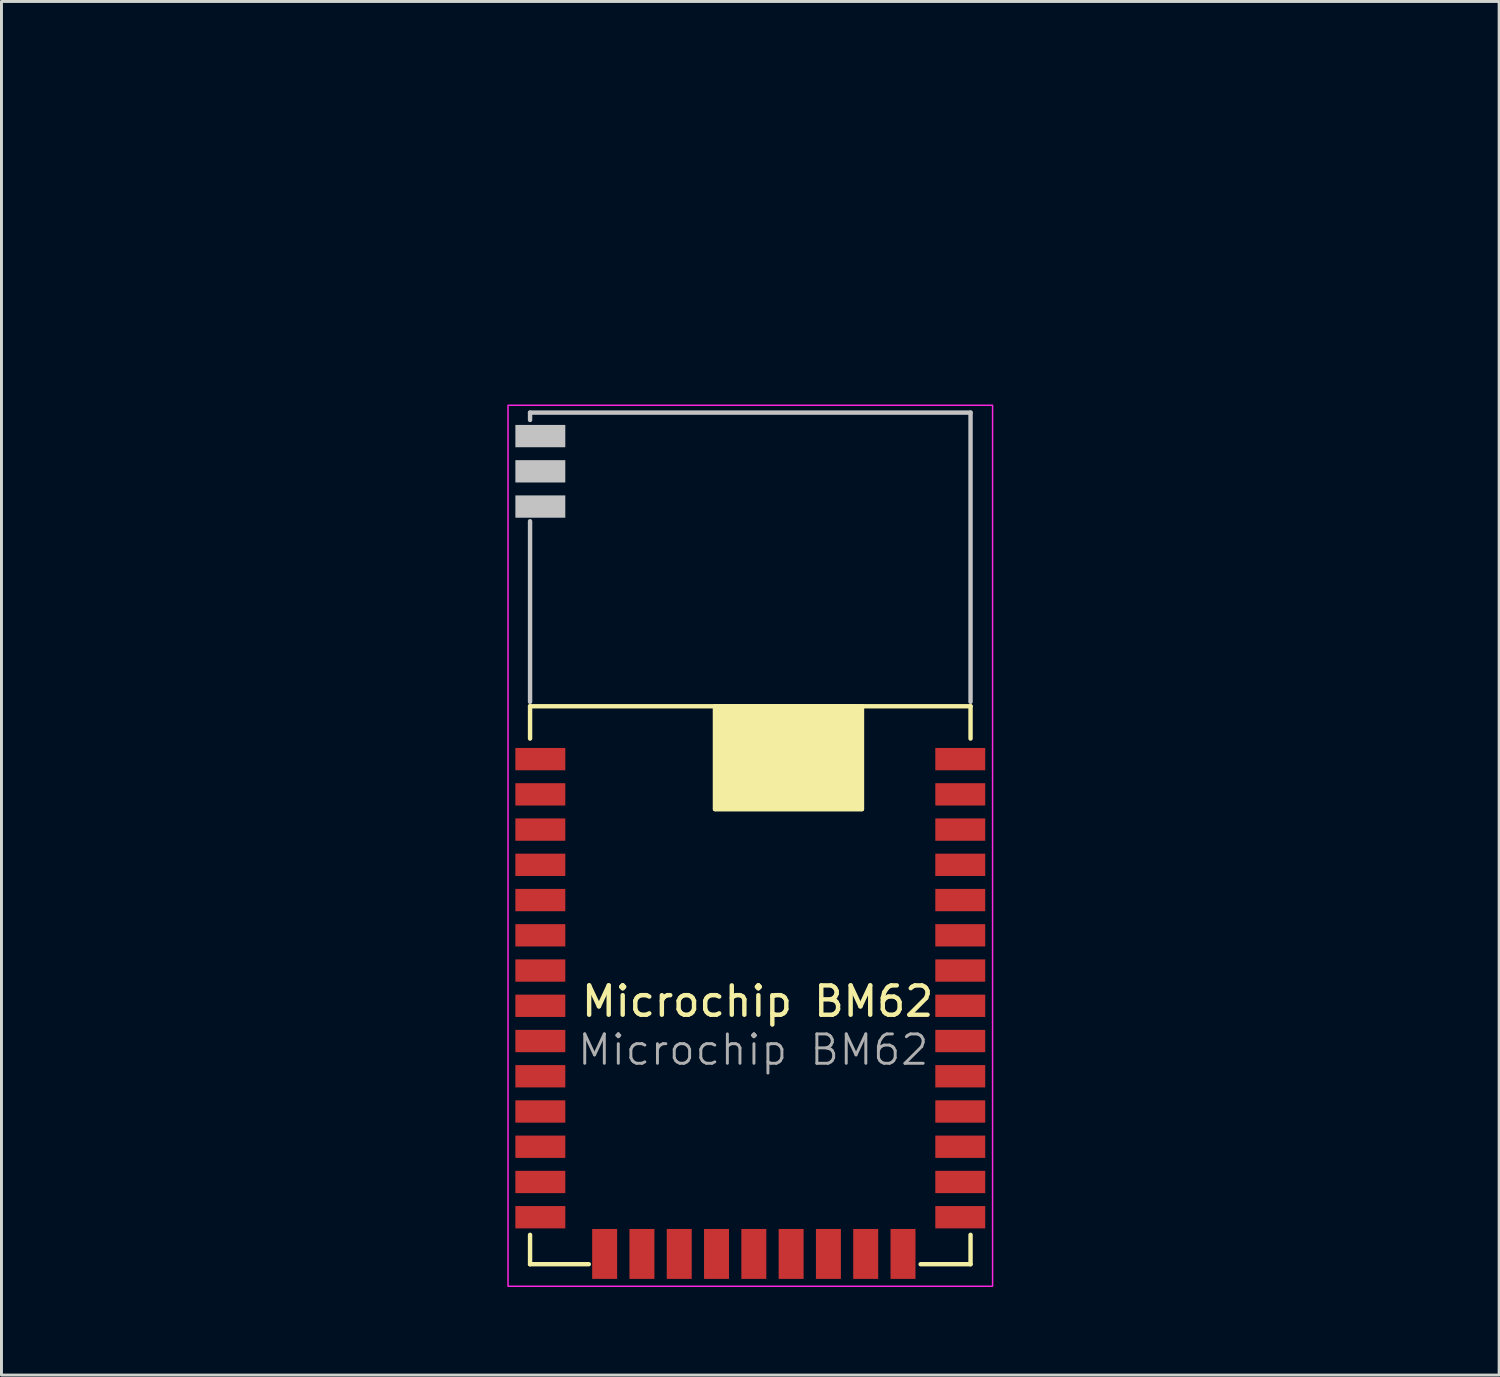
<source format=kicad_pcb>
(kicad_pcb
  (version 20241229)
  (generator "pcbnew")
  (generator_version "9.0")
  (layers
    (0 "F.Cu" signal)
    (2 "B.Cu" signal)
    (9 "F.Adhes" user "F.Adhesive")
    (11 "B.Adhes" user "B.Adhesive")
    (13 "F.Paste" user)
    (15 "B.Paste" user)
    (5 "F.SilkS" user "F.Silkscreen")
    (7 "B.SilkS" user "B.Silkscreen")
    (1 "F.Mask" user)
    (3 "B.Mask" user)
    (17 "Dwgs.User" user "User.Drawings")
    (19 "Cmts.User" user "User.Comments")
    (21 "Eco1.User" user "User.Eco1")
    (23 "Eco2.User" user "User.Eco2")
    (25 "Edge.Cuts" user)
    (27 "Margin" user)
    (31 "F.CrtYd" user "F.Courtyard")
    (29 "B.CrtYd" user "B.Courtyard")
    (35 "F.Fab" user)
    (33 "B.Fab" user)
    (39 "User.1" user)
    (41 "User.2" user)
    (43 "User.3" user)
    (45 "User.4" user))
  (footprint "Microchip BM62"
    (layer "F.Cu")
    (at 15 40)
    (property "Reference" "Microchip BM62" (at 7.75 -8.95 0) (layer "F.SilkS") (effects (font (size 1 1) (thickness 0.15))))
    (attr through_hole)
    (fp_line (start 0 -19) (end 0 -17.9) (stroke (width 0.15) (type solid)) (layer "F.SilkS"))
    (fp_line (start 0 -19) (end 15 -19) (stroke (width 0.15) (type solid)) (layer "F.SilkS"))
    (fp_line (start 0 -1) (end 0 0) (stroke (width 0.15) (type solid)) (layer "F.SilkS"))
    (fp_line (start 0 0) (end 2 0) (stroke (width 0.15) (type solid)) (layer "F.SilkS"))
    (fp_line (start 6.3 -19) (end 6.3 -15.5) (stroke (width 0.15) (type solid)) (layer "F.SilkS"))
    (fp_line (start 6.3 -15.5) (end 11.3 -15.5) (stroke (width 0.15) (type solid)) (layer "F.SilkS"))
    (fp_line (start 11.3 -15.5) (end 11.3 -19) (stroke (width 0.15) (type solid)) (layer "F.SilkS"))
    (fp_line (start 15 -19) (end 15 -17.9) (stroke (width 0.15) (type solid)) (layer "F.SilkS"))
    (fp_line (start 15 -1) (end 15 0) (stroke (width 0.15) (type solid)) (layer "F.SilkS"))
    (fp_line (start 15 0) (end 13.3 0) (stroke (width 0.15) (type solid)) (layer "F.SilkS"))
    (fp_poly (pts (xy 6.3 -19) (xy 11.3 -19) (xy 11.3 -15.5) (xy 6.3 -15.5)) (stroke (width 0.15) (type solid)) (fill yes) (layer "F.SilkS"))
    (fp_line (start 0 -29) (end 15 -29) (stroke (width 0.15) (type solid)) (layer "Dwgs.User"))
    (fp_line (start 0 -28.75) (end 0 -29) (stroke (width 0.15) (type solid)) (layer "Dwgs.User"))
    (fp_line (start 0 -19.15) (end 0 -25.3) (stroke (width 0.15) (type solid)) (layer "Dwgs.User"))
    (fp_line (start 15 -29) (end 15 -19.15) (stroke (width 0.15) (type solid)) (layer "Dwgs.User"))
    (fp_rect (start -0.75 0.75) (end 15.75 -29.25) (stroke (width 0.05) (type default)) (fill no) (layer "F.CrtYd"))
    (fp_text user "${REFERENCE}" (at 7.6 -7.3 0) (layer "F.Fab") (effects (font (size 1 1) (thickness 0.1))))
    (pad "" smd trapezoid (at 0.35 -28.2 90) (size 0.76 1.7) (layers "Dwgs.User"))
    (pad "" smd trapezoid (at 0.35 -27 90) (size 0.76 1.7) (layers "Dwgs.User"))
    (pad "" smd trapezoid (at 0.35 -25.8 90) (size 0.76 1.7) (layers "Dwgs.User"))
    (pad "1" smd trapezoid (at 0.35 -17.2 90) (size 0.76 1.7) (layers "F.Cu" "F.Mask" "F.Paste"))
    (pad "2" smd trapezoid (at 0.35 -16 90) (size 0.76 1.7) (layers "F.Cu" "F.Mask" "F.Paste"))
    (pad "3" smd trapezoid (at 0.35 -14.8 90) (size 0.76 1.7) (layers "F.Cu" "F.Mask" "F.Paste"))
    (pad "4" smd trapezoid (at 0.35 -13.6 90) (size 0.76 1.7) (layers "F.Cu" "F.Mask" "F.Paste"))
    (pad "5" smd trapezoid (at 0.35 -12.4 90) (size 0.76 1.7) (layers "F.Cu" "F.Mask" "F.Paste"))
    (pad "6" smd trapezoid (at 0.35 -11.2 90) (size 0.76 1.7) (layers "F.Cu" "F.Mask" "F.Paste"))
    (pad "7" smd trapezoid (at 0.35 -10 90) (size 0.76 1.7) (layers "F.Cu" "F.Mask" "F.Paste"))
    (pad "8" smd trapezoid (at 0.35 -8.8 90) (size 0.76 1.7) (layers "F.Cu" "F.Mask" "F.Paste"))
    (pad "9" smd trapezoid (at 0.35 -7.6 90) (size 0.76 1.7) (layers "F.Cu" "F.Mask" "F.Paste"))
    (pad "10" smd trapezoid (at 0.35 -6.4 90) (size 0.76 1.7) (layers "F.Cu" "F.Mask" "F.Paste"))
    (pad "11" smd trapezoid (at 0.35 -5.2 90) (size 0.76 1.7) (layers "F.Cu" "F.Mask" "F.Paste"))
    (pad "12" smd trapezoid (at 0.35 -4 90) (size 0.76 1.7) (layers "F.Cu" "F.Mask" "F.Paste"))
    (pad "13" smd trapezoid (at 0.35 -2.8 90) (size 0.76 1.7) (layers "F.Cu" "F.Mask" "F.Paste"))
    (pad "14" smd trapezoid (at 0.35 -1.6 90) (size 0.76 1.7) (layers "F.Cu" "F.Mask" "F.Paste"))
    (pad "15" smd trapezoid (at 2.54 -0.35) (size 0.85 1.7) (layers "F.Cu" "F.Mask" "F.Paste"))
    (pad "16" smd trapezoid (at 3.81 -0.35) (size 0.85 1.7) (layers "F.Cu" "F.Mask" "F.Paste"))
    (pad "17" smd trapezoid (at 5.08 -0.35) (size 0.85 1.7) (layers "F.Cu" "F.Mask" "F.Paste"))
    (pad "18" smd trapezoid (at 6.35 -0.35) (size 0.85 1.7) (layers "F.Cu" "F.Mask" "F.Paste"))
    (pad "19" smd trapezoid (at 7.62 -0.35) (size 0.85 1.7) (layers "F.Cu" "F.Mask" "F.Paste"))
    (pad "20" smd trapezoid (at 8.89 -0.35) (size 0.85 1.7) (layers "F.Cu" "F.Mask" "F.Paste"))
    (pad "21" smd trapezoid (at 10.16 -0.35) (size 0.85 1.7) (layers "F.Cu" "F.Mask" "F.Paste"))
    (pad "22" smd trapezoid (at 11.43 -0.35) (size 0.85 1.7) (layers "F.Cu" "F.Mask" "F.Paste"))
    (pad "23" smd trapezoid (at 12.7 -0.35) (size 0.85 1.7) (layers "F.Cu" "F.Mask" "F.Paste"))
    (pad "24" smd trapezoid (at 14.65 -1.6 90) (size 0.76 1.7) (layers "F.Cu" "F.Mask" "F.Paste"))
    (pad "25" smd trapezoid (at 14.65 -2.8 90) (size 0.76 1.7) (layers "F.Cu" "F.Mask" "F.Paste"))
    (pad "26" smd trapezoid (at 14.65 -4 90) (size 0.76 1.7) (layers "F.Cu" "F.Mask" "F.Paste"))
    (pad "27" smd trapezoid (at 14.65 -5.2 90) (size 0.76 1.7) (layers "F.Cu" "F.Mask" "F.Paste"))
    (pad "28" smd trapezoid (at 14.65 -6.4 90) (size 0.76 1.7) (layers "F.Cu" "F.Mask" "F.Paste"))
    (pad "29" smd trapezoid (at 14.65 -7.6 90) (size 0.76 1.7) (layers "F.Cu" "F.Mask" "F.Paste"))
    (pad "30" smd trapezoid (at 14.65 -8.8 90) (size 0.76 1.7) (layers "F.Cu" "F.Mask" "F.Paste"))
    (pad "31" smd trapezoid (at 14.65 -10 90) (size 0.76 1.7) (layers "F.Cu" "F.Mask" "F.Paste"))
    (pad "32" smd trapezoid (at 14.65 -11.2 90) (size 0.76 1.7) (layers "F.Cu" "F.Mask" "F.Paste"))
    (pad "33" smd trapezoid (at 14.65 -12.4 90) (size 0.76 1.7) (layers "F.Cu" "F.Mask" "F.Paste"))
    (pad "34" smd trapezoid (at 14.65 -13.6 90) (size 0.76 1.7) (layers "F.Cu" "F.Mask" "F.Paste"))
    (pad "35" smd trapezoid (at 14.65 -14.8 90) (size 0.76 1.7) (layers "F.Cu" "F.Mask" "F.Paste"))
    (pad "36" smd trapezoid (at 14.65 -16 90) (size 0.76 1.7) (layers "F.Cu" "F.Mask" "F.Paste"))
    (pad "37" smd trapezoid (at 14.65 -17.2 90) (size 0.76 1.7) (layers "F.Cu" "F.Mask" "F.Paste"))
    (zone (net_name "") (layer "F.Cu") (hatch edge 0.5) (connect_pads) (min_thickness 0.25) (filled_areas_thickness no) (keepout (tracks not_allowed) (vias not_allowed) (pads not_allowed) (copperpour not_allowed) (footprints not_allowed)) (placement (enabled no)) (fill) (polygon (pts (xy 16.2 22.4) (xy 14.5 22.4) (xy 14.5 21) (xy 30.5 21) (xy 30.5 22.4) (xy 28.8 22.4) (xy 28.8 38.8) (xy 30.5 38.8) (xy 30.5 40.5) (xy 28.2 40.5) (xy 28.2 38.8) (xy 17.1 38.8) (xy 17.1 40.5) (xy 14.5 40.5) (xy 14.5 38.8) (xy 16.2 38.8))))
    (zone (net_name "") (layers "F.Cu" "B.Cu") (hatch edge 0.5) (connect_pads) (min_thickness 0.25) (filled_areas_thickness no) (keepout (tracks not_allowed) (vias not_allowed) (pads not_allowed) (copperpour not_allowed) (footprints not_allowed)) (placement (enabled no)) (fill) (polygon (pts (xy 0 21) (xy 0 0) (xy 45 0) (xy 45 21)))))
  (gr_rect
    (start -3 -3)
    (end 48 43.775)
    (stroke (width 0.1) (type default))
    (fill no)
    (layer "Edge.Cuts")))
</source>
